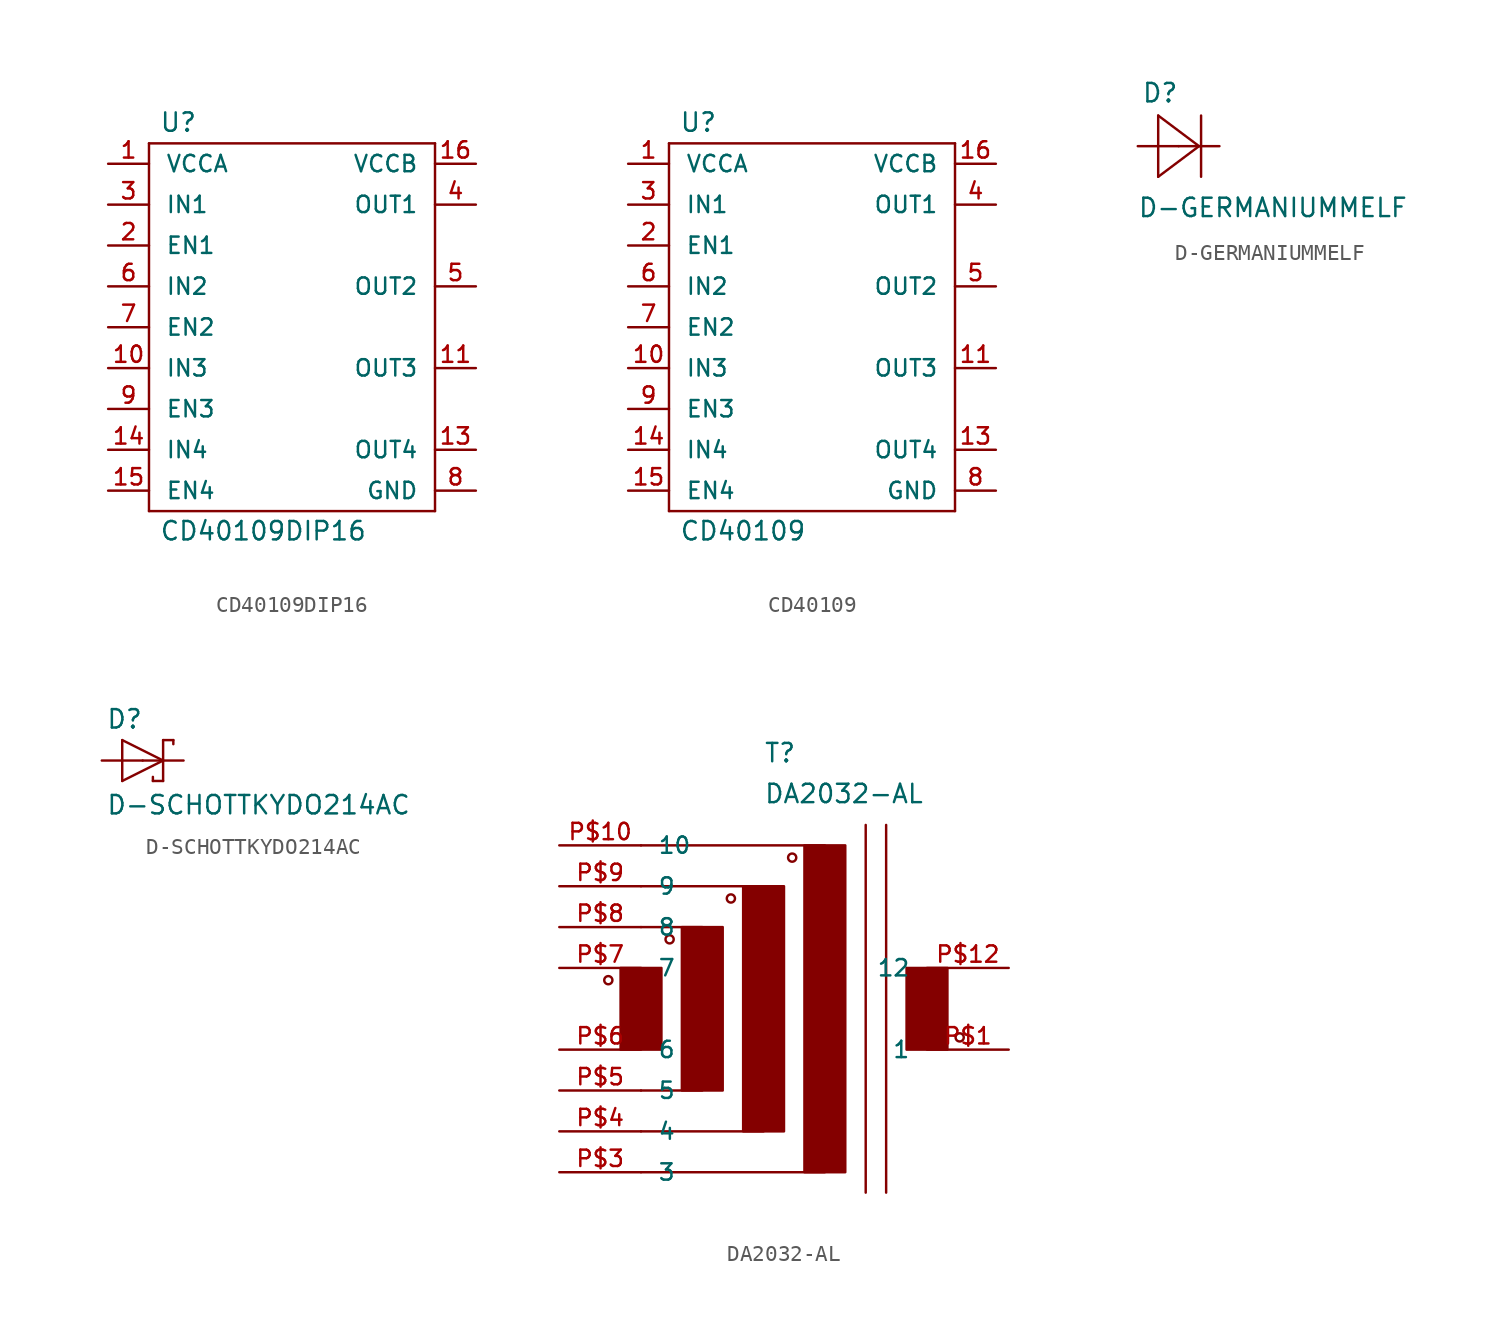
<source format=kicad_sym>
(kicad_symbol_lib
  (version 20241209)
  (generator "kicad_symbol_editor")
  (generator_version "9.0")
  (symbol "CD40109DIP16"
    (pin_names
      (offset 1.016))
    (property "Reference" "U"
      (at -8.255 12.065 0)
      (effects (font (size 1.143 1.143)) (justify left bottom)))
    (property "Value" "CD40109DIP16"
      (at -8.255 -13.335 0)
      (effects (font (size 1.143 1.143)) (justify left bottom)))
    (property "ki_locked" ""
      (at 0 0 0)
      (effects (font (size 1.27 1.27))))
    (symbol "CD40109DIP16_1_0"
      (polyline (pts (xy -8.89 11.43) (xy 8.89 11.43)) (stroke (width 0) (type solid)) (fill (type none)))
      (polyline (pts (xy -8.89 -11.43) (xy -8.89 11.43)) (stroke (width 0) (type solid)) (fill (type none)))
      (polyline (pts (xy 8.89 11.43) (xy 8.89 -11.43)) (stroke (width 0) (type solid)) (fill (type none)))
      (polyline (pts (xy 8.89 -11.43) (xy -8.89 -11.43)) (stroke (width 0) (type solid)) (fill (type none))))
    (symbol "CD40109DIP16_1_1"
      (pin bidirectional line (at -11.43 10.16 0) (length 2.54) (name "VCCA" (effects (font (size 1.016 1.016)))) (number "1" (effects (font (size 1.016 1.016)))))
      (pin bidirectional line (at -11.43 7.62 0) (length 2.54) (name "IN1" (effects (font (size 1.016 1.016)))) (number "3" (effects (font (size 1.016 1.016)))))
      (pin bidirectional line (at -11.43 5.08 0) (length 2.54) (name "EN1" (effects (font (size 1.016 1.016)))) (number "2" (effects (font (size 1.016 1.016)))))
      (pin bidirectional line (at -11.43 2.54 0) (length 2.54) (name "IN2" (effects (font (size 1.016 1.016)))) (number "6" (effects (font (size 1.016 1.016)))))
      (pin bidirectional line (at -11.43 0 0) (length 2.54) (name "EN2" (effects (font (size 1.016 1.016)))) (number "7" (effects (font (size 1.016 1.016)))))
      (pin bidirectional line (at -11.43 -2.54 0) (length 2.54) (name "IN3" (effects (font (size 1.016 1.016)))) (number "10" (effects (font (size 1.016 1.016)))))
      (pin bidirectional line (at -11.43 -5.08 0) (length 2.54) (name "EN3" (effects (font (size 1.016 1.016)))) (number "9" (effects (font (size 1.016 1.016)))))
      (pin bidirectional line (at -11.43 -7.62 0) (length 2.54) (name "IN4" (effects (font (size 1.016 1.016)))) (number "14" (effects (font (size 1.016 1.016)))))
      (pin bidirectional line (at -11.43 -10.16 0) (length 2.54) (name "EN4" (effects (font (size 1.016 1.016)))) (number "15" (effects (font (size 1.016 1.016)))))
      (pin bidirectional line (at 11.43 10.16 180) (length 2.54) (name "VCCB" (effects (font (size 1.016 1.016)))) (number "16" (effects (font (size 1.016 1.016)))))
      (pin bidirectional line (at 11.43 7.62 180) (length 2.54) (name "OUT1" (effects (font (size 1.016 1.016)))) (number "4" (effects (font (size 1.016 1.016)))))
      (pin bidirectional line (at 11.43 2.54 180) (length 2.54) (name "OUT2" (effects (font (size 1.016 1.016)))) (number "5" (effects (font (size 1.016 1.016)))))
      (pin bidirectional line (at 11.43 -2.54 180) (length 2.54) (name "OUT3" (effects (font (size 1.016 1.016)))) (number "11" (effects (font (size 1.016 1.016)))))
      (pin bidirectional line (at 11.43 -7.62 180) (length 2.54) (name "OUT4" (effects (font (size 1.016 1.016)))) (number "13" (effects (font (size 1.016 1.016)))))
      (pin bidirectional line (at 11.43 -10.16 180) (length 2.54) (name "GND" (effects (font (size 1.016 1.016)))) (number "8" (effects (font (size 1.016 1.016)))))))
  (symbol "CD40109"
    (pin_names
      (offset 1.016))
    (property "Reference" "U"
      (at -8.255 12.065 0)
      (effects (font (size 1.143 1.143)) (justify left bottom)))
    (property "Value" "CD40109"
      (at -8.255 -13.335 0)
      (effects (font (size 1.143 1.143)) (justify left bottom)))
    (property "ki_locked" ""
      (at 0 0 0)
      (effects (font (size 1.27 1.27))))
    (symbol "CD40109_1_0"
      (polyline (pts (xy -8.89 11.43) (xy 8.89 11.43)) (stroke (width 0) (type solid)) (fill (type none)))
      (polyline (pts (xy -8.89 -11.43) (xy -8.89 11.43)) (stroke (width 0) (type solid)) (fill (type none)))
      (polyline (pts (xy 8.89 11.43) (xy 8.89 -11.43)) (stroke (width 0) (type solid)) (fill (type none)))
      (polyline (pts (xy 8.89 -11.43) (xy -8.89 -11.43)) (stroke (width 0) (type solid)) (fill (type none))))
    (symbol "CD40109_1_1"
      (pin bidirectional line (at -11.43 10.16 0) (length 2.54) (name "VCCA" (effects (font (size 1.016 1.016)))) (number "1" (effects (font (size 1.016 1.016)))))
      (pin bidirectional line (at -11.43 7.62 0) (length 2.54) (name "IN1" (effects (font (size 1.016 1.016)))) (number "3" (effects (font (size 1.016 1.016)))))
      (pin bidirectional line (at -11.43 5.08 0) (length 2.54) (name "EN1" (effects (font (size 1.016 1.016)))) (number "2" (effects (font (size 1.016 1.016)))))
      (pin bidirectional line (at -11.43 2.54 0) (length 2.54) (name "IN2" (effects (font (size 1.016 1.016)))) (number "6" (effects (font (size 1.016 1.016)))))
      (pin bidirectional line (at -11.43 0 0) (length 2.54) (name "EN2" (effects (font (size 1.016 1.016)))) (number "7" (effects (font (size 1.016 1.016)))))
      (pin bidirectional line (at -11.43 -2.54 0) (length 2.54) (name "IN3" (effects (font (size 1.016 1.016)))) (number "10" (effects (font (size 1.016 1.016)))))
      (pin bidirectional line (at -11.43 -5.08 0) (length 2.54) (name "EN3" (effects (font (size 1.016 1.016)))) (number "9" (effects (font (size 1.016 1.016)))))
      (pin bidirectional line (at -11.43 -7.62 0) (length 2.54) (name "IN4" (effects (font (size 1.016 1.016)))) (number "14" (effects (font (size 1.016 1.016)))))
      (pin bidirectional line (at -11.43 -10.16 0) (length 2.54) (name "EN4" (effects (font (size 1.016 1.016)))) (number "15" (effects (font (size 1.016 1.016)))))
      (pin bidirectional line (at 11.43 10.16 180) (length 2.54) (name "VCCB" (effects (font (size 1.016 1.016)))) (number "16" (effects (font (size 1.016 1.016)))))
      (pin bidirectional line (at 11.43 7.62 180) (length 2.54) (name "OUT1" (effects (font (size 1.016 1.016)))) (number "4" (effects (font (size 1.016 1.016)))))
      (pin bidirectional line (at 11.43 2.54 180) (length 2.54) (name "OUT2" (effects (font (size 1.016 1.016)))) (number "5" (effects (font (size 1.016 1.016)))))
      (pin bidirectional line (at 11.43 -2.54 180) (length 2.54) (name "OUT3" (effects (font (size 1.016 1.016)))) (number "11" (effects (font (size 1.016 1.016)))))
      (pin bidirectional line (at 11.43 -7.62 180) (length 2.54) (name "OUT4" (effects (font (size 1.016 1.016)))) (number "13" (effects (font (size 1.016 1.016)))))
      (pin bidirectional line (at 11.43 -10.16 180) (length 2.54) (name "GND" (effects (font (size 1.016 1.016)))) (number "8" (effects (font (size 1.016 1.016)))))))
  (symbol "D-GERMANIUMMELF"
    (pin_numbers
      (hide yes))
    (pin_names
      (offset 1.016)
      (hide yes))
    (property "Reference" "D"
      (at -2.311 2.642 0)
      (effects (font (size 1.143 1.143)) (justify left bottom)))
    (property "Value" "D-GERMANIUMMELF"
      (at -2.565 -4.496 0)
      (effects (font (size 1.143 1.143)) (justify left bottom)))
    (property "ki_locked" ""
      (at 0 0 0)
      (effects (font (size 1.27 1.27))))
    (symbol "D-GERMANIUMMELF_1_0"
      (polyline (pts (xy -1.27 1.905) (xy -1.27 -1.905)) (stroke (width 0) (type solid)) (fill (type none)))
      (polyline (pts (xy -1.27 -1.905) (xy 1.27 0)) (stroke (width 0) (type solid)) (fill (type none)))
      (polyline (pts (xy 1.27 0) (xy -1.27 1.905)) (stroke (width 0) (type solid)) (fill (type none)))
      (polyline (pts (xy 1.397 1.905) (xy 1.397 -1.905)) (stroke (width 0) (type solid)) (fill (type none))))
    (symbol "D-GERMANIUMMELF_1_1"
      (pin passive line (at -2.54 0 0) (length 2.54) (name "A" (effects (font (size 1.016 1.016)))) (number "2" (effects (font (size 1.016 1.016)))))
      (pin passive line (at 2.54 0 180) (length 2.54) (name "C" (effects (font (size 1.016 1.016)))) (number "1" (effects (font (size 1.016 1.016)))))))
  (symbol "D-SCHOTTKYDO214AC"
    (pin_numbers
      (hide yes))
    (pin_names
      (offset 1.016)
      (hide yes))
    (property "Reference" "D"
      (at -2.286 1.905 0)
      (effects (font (size 1.143 1.143)) (justify left bottom)))
    (property "Value" "D-SCHOTTKYDO214AC"
      (at -2.286 -3.429 0)
      (effects (font (size 1.143 1.143)) (justify left bottom)))
    (property "ki_locked" ""
      (at 0 0 0)
      (effects (font (size 1.27 1.27))))
    (symbol "D-SCHOTTKYDO214AC_1_0"
      (polyline (pts (xy -1.27 1.27) (xy -1.27 -1.27)) (stroke (width 0) (type solid)) (fill (type none)))
      (polyline (pts (xy -1.27 -1.27) (xy 1.27 0)) (stroke (width 0) (type solid)) (fill (type none)))
      (polyline (pts (xy 0.635 -1.016) (xy 0.635 -1.27)) (stroke (width 0) (type solid)) (fill (type none)))
      (polyline (pts (xy 1.27 1.27) (xy 1.27 0)) (stroke (width 0) (type solid)) (fill (type none)))
      (polyline (pts (xy 1.27 0) (xy -1.27 1.27)) (stroke (width 0) (type solid)) (fill (type none)))
      (polyline (pts (xy 1.27 0) (xy 1.27 -1.27)) (stroke (width 0) (type solid)) (fill (type none)))
      (polyline (pts (xy 1.27 -1.27) (xy 0.635 -1.27)) (stroke (width 0) (type solid)) (fill (type none)))
      (polyline (pts (xy 1.905 1.27) (xy 1.27 1.27)) (stroke (width 0) (type solid)) (fill (type none)))
      (polyline (pts (xy 1.905 1.27) (xy 1.905 1.016)) (stroke (width 0) (type solid)) (fill (type none))))
    (symbol "D-SCHOTTKYDO214AC_1_1"
      (pin passive line (at -2.54 0 0) (length 2.54) (name "A" (effects (font (size 1.016 1.016)))) (number "A" (effects (font (size 1.016 1.016)))))
      (pin passive line (at 2.54 0 180) (length 2.54) (name "C" (effects (font (size 1.016 1.016)))) (number "C" (effects (font (size 1.016 1.016)))))))
  (symbol "DA2032-AL"
    (pin_names
      (offset 1.016))
    (property "Reference" "T"
      (at -7.62 15.24 0)
      (effects (font (size 1.143 1.143)) (justify left bottom)))
    (property "Value" "DA2032-AL"
      (at -7.62 12.7 0)
      (effects (font (size 1.143 1.143)) (justify left bottom)))
    (property "ki_locked" ""
      (at 0 0 0)
      (effects (font (size 1.27 1.27))))
    (symbol "DA2032-AL_1_0"
      (polyline (pts (xy -15.24 10.16) (xy -3.81 10.16)) (stroke (width 0) (type solid)) (fill (type none)))
      (polyline (pts (xy -15.24 7.62) (xy -7.62 7.62)) (stroke (width 0) (type solid)) (fill (type none)))
      (polyline (pts (xy -15.24 5.08) (xy -11.43 5.08)) (stroke (width 0) (type solid)) (fill (type none)))
      (polyline (pts (xy -15.24 -5.08) (xy -11.43 -5.08)) (stroke (width 0) (type solid)) (fill (type none)))
      (polyline (pts (xy -15.24 -7.62) (xy -7.62 -7.62)) (stroke (width 0) (type solid)) (fill (type none)))
      (polyline (pts (xy -15.24 -10.16) (xy -3.81 -10.16)) (stroke (width 0) (type solid)) (fill (type none)))
      (polyline (pts (xy -1.27 11.43) (xy -1.27 -11.43)) (stroke (width 0) (type solid)) (fill (type none)))
      (polyline (pts (xy 0 -11.43) (xy 0 11.43)) (stroke (width 0) (type solid)) (fill (type none))))
    (symbol "DA2032-AL_1_1"
      (circle (center -17.272 1.778) (radius 0.254) (stroke (width 0) (type solid)) (fill (type none)))
      (rectangle (start -16.51 -2.54) (end -13.97 2.54) (stroke (width 0) (type solid)) (fill (type outline)))
      (circle (center -13.462 4.318) (radius 0.254) (stroke (width 0) (type solid)) (fill (type none)))
      (rectangle (start -12.7 -5.08) (end -10.16 5.08) (stroke (width 0) (type solid)) (fill (type outline)))
      (circle (center -9.652 6.858) (radius 0.254) (stroke (width 0) (type solid)) (fill (type none)))
      (rectangle (start -8.89 -7.62) (end -6.35 7.62) (stroke (width 0) (type solid)) (fill (type outline)))
      (circle (center -5.842 9.398) (radius 0.254) (stroke (width 0) (type solid)) (fill (type none)))
      (rectangle (start -5.08 -10.16) (end -2.54 10.16) (stroke (width 0) (type solid)) (fill (type outline)))
      (rectangle (start 1.27 -2.54) (end 3.81 2.54) (stroke (width 0) (type solid)) (fill (type outline)))
      (circle (center 4.572 -1.778) (radius 0.254) (stroke (width 0) (type solid)) (fill (type none)))
      (pin passive line (at -20.32 10.16 0) (length 5.08) (name "10" (effects (font (size 1.016 1.016)))) (number "P$10" (effects (font (size 1.016 1.016)))))
      (pin passive line (at -20.32 7.62 0) (length 5.08) (name "9" (effects (font (size 1.016 1.016)))) (number "P$9" (effects (font (size 1.016 1.016)))))
      (pin passive line (at -20.32 5.08 0) (length 5.08) (name "8" (effects (font (size 1.016 1.016)))) (number "P$8" (effects (font (size 1.016 1.016)))))
      (pin passive line (at -20.32 2.54 0) (length 5.08) (name "7" (effects (font (size 1.016 1.016)))) (number "P$7" (effects (font (size 1.016 1.016)))))
      (pin passive line (at -20.32 -2.54 0) (length 5.08) (name "6" (effects (font (size 1.016 1.016)))) (number "P$6" (effects (font (size 1.016 1.016)))))
      (pin passive line (at -20.32 -5.08 0) (length 5.08) (name "5" (effects (font (size 1.016 1.016)))) (number "P$5" (effects (font (size 1.016 1.016)))))
      (pin passive line (at -20.32 -7.62 0) (length 5.08) (name "4" (effects (font (size 1.016 1.016)))) (number "P$4" (effects (font (size 1.016 1.016)))))
      (pin passive line (at -20.32 -10.16 0) (length 5.08) (name "3" (effects (font (size 1.016 1.016)))) (number "P$3" (effects (font (size 1.016 1.016)))))
      (pin passive line (at 7.62 2.54 180) (length 5.08) (name "12" (effects (font (size 1.016 1.016)))) (number "P$12" (effects (font (size 1.016 1.016)))))
      (pin passive line (at 7.62 -2.54 180) (length 5.08) (name "1" (effects (font (size 1.016 1.016)))) (number "P$1" (effects (font (size 1.016 1.016))))))))
</source>
